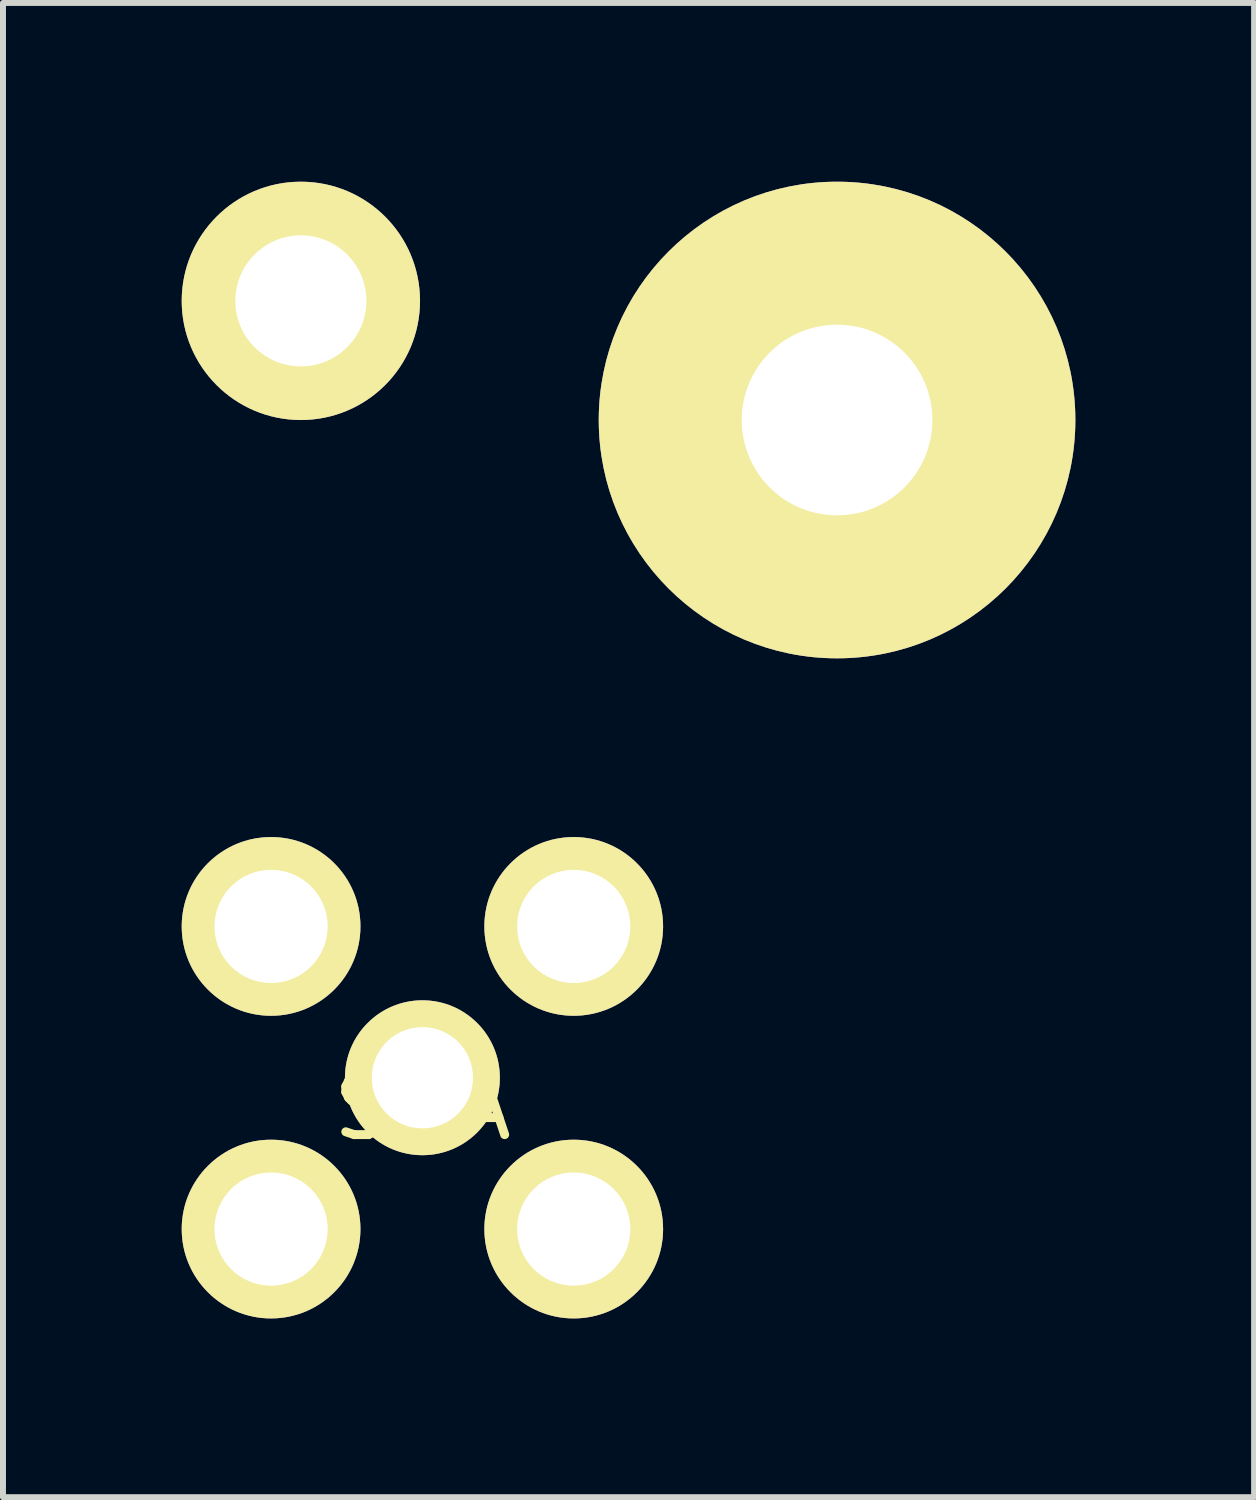
<source format=kicad_pcb>
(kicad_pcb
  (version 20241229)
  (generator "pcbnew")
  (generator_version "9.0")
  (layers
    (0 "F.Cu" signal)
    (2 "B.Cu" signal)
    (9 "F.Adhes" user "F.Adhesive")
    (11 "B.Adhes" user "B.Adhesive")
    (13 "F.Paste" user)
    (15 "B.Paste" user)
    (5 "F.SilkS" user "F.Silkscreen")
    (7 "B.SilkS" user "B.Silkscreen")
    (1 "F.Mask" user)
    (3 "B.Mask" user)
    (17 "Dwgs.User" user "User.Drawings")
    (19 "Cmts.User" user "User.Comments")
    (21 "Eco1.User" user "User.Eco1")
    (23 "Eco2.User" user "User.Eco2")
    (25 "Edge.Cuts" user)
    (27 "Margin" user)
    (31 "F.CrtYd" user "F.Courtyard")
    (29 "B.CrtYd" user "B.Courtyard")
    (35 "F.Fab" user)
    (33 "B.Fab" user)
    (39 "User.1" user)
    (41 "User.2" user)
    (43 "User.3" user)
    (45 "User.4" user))
  (footprint "M2"
    (layer "F.Cu")
    (at 2 2)
    (property "Reference" "M2" (at 0 0.5 0) (layer "F.SilkS") (effects (font (size 1 1) (thickness 0.15))))
    (attr through_hole)
    (pad "1" thru_hole circle (at 0 0) (size 4 4) (drill 2.2) (layers "*.Cu" "*.Mask" "F.SilkS")))
  (footprint "SMA"
    (layer "F.Cu")
    (at 4.04 15.04)
    (property "Reference" "SMA" (at 0 0.5 0) (layer "F.SilkS") (effects (font (size 1 1) (thickness 0.15))))
    (attr through_hole)
    (pad "1" thru_hole circle (at -2.54 -2.54) (size 3 3) (drill 1.9) (layers "*.Cu" "*.Mask" "F.SilkS"))
    (pad "2" thru_hole circle (at 2.54 -2.54) (size 3 3) (drill 1.9) (layers "*.Cu" "*.Mask" "F.SilkS"))
    (pad "3" thru_hole circle (at 2.54 2.54) (size 3 3) (drill 1.9) (layers "*.Cu" "*.Mask" "F.SilkS"))
    (pad "4" thru_hole circle (at -2.54 2.54) (size 3 3) (drill 1.9) (layers "*.Cu" "*.Mask" "F.SilkS"))
    (pad "5" thru_hole circle (at 0 0) (size 2.6 2.6) (drill 1.7) (layers "*.Cu" "*.Mask" "F.SilkS")))
  (footprint "M3"
    (layer "F.Cu")
    (at 11 4)
    (property "Reference" "M3" (at 0 0.5 0) (layer "F.SilkS") (effects (font (size 1 1) (thickness 0.15))))
    (attr through_hole)
    (pad "1" thru_hole circle (at 0 0) (size 8 8) (drill 3.2) (layers "*.Cu" "*.Mask" "F.SilkS")))
  (gr_rect
    (start -3 -3)
    (end 18 22.08)
    (stroke (width 0.1) (type default))
    (fill no)
    (layer "Edge.Cuts")))
</source>
